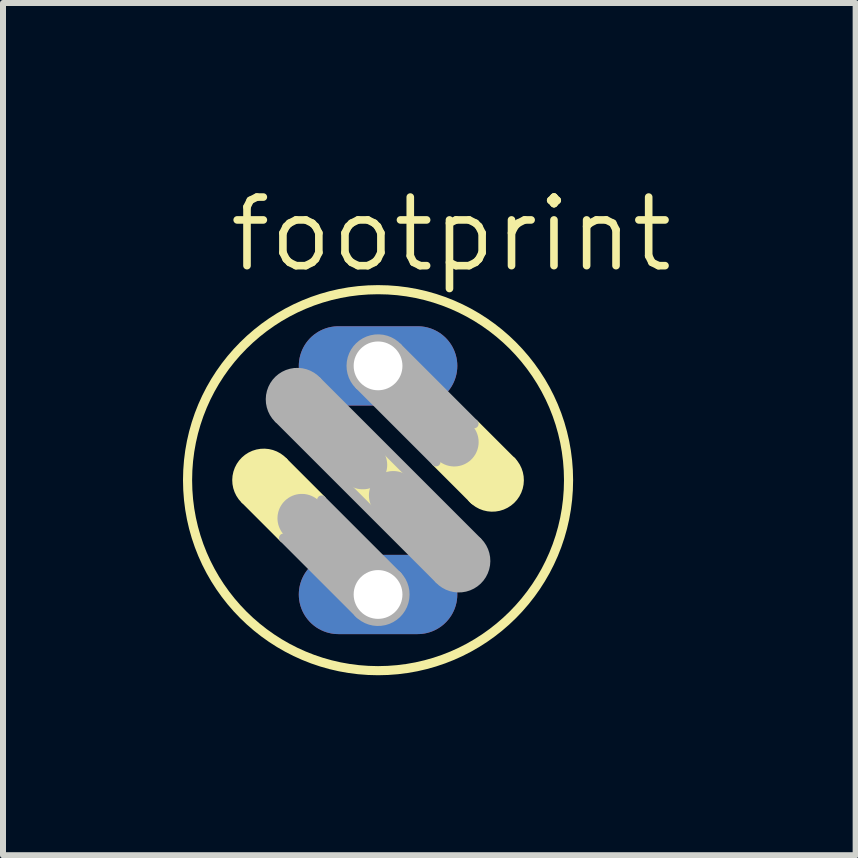
<source format=kicad_pcb>
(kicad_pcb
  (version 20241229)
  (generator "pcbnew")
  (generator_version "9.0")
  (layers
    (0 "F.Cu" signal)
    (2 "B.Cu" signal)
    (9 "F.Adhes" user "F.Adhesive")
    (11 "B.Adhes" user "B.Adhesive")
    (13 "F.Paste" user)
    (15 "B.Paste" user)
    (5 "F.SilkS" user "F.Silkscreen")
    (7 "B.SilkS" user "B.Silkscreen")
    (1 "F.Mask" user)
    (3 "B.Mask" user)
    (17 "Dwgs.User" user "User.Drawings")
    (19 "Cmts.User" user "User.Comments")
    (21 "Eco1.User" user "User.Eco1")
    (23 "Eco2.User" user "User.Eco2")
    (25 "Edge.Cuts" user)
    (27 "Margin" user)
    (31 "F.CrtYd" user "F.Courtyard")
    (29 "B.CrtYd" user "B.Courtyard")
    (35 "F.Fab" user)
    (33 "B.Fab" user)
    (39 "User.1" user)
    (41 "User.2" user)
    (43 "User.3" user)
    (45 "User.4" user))
  (footprint "footprint"
    (layer "F.Cu")
    (at 3.251 4.953)
    (property "Reference" "footprint" (at -2.54 -3.429 0) (layer "F.SilkS") (effects (font (size 1.143 1.143) (thickness 0.127)) (justify left bottom)))
    (fp_line (start -2.21 0.33) (end -1.575 0.965) (stroke (width 0.152) (type solid)) (layer "F.SilkS"))
    (fp_line (start -1.905 0) (end -1.27 0.635) (stroke (width 0.813) (type solid)) (layer "F.SilkS"))
    (fp_line (start -1.575 -0.305) (end -0.94 0.33) (stroke (width 0.152) (type solid)) (layer "F.SilkS"))
    (fp_line (start 0.254 0.254) (end -0.254 -0.254) (stroke (width 0.813) (type solid)) (layer "F.SilkS"))
    (fp_line (start 0.965 -0.305) (end 1.6 0.33) (stroke (width 0.152) (type solid)) (layer "F.SilkS"))
    (fp_line (start 1.6 -0.94) (end 2.235 -0.305) (stroke (width 0.152) (type solid)) (layer "F.SilkS"))
    (fp_line (start 1.905 0) (end 1.27 -0.635) (stroke (width 0.813) (type solid)) (layer "F.SilkS"))
    (fp_arc (start -2.2228 0.3178) (mid -2.216408 -0.324065) (end -1.5748 -0.3048) (stroke (width 0.1524) (type solid)) (layer "F.SilkS"))
    (fp_arc (start 2.2228 -0.3178) (mid 2.216408 0.324065) (end 1.5748 0.3048) (stroke (width 0.1524) (type solid)) (layer "F.SilkS"))
    (fp_circle (center 0 0) (end 3.175 0) (stroke (width 0.152) (type solid)) (fill no) (layer "F.SilkS"))
    (fp_line (start -1.651 -1.016) (end 1.016 1.651) (stroke (width 0.152) (type solid)) (layer "F.Fab"))
    (fp_line (start -1.575 0.965) (end -0.305 2.235) (stroke (width 0.152) (type solid)) (layer "F.Fab"))
    (fp_line (start -1.016 -1.651) (end 1.651 1.016) (stroke (width 0.152) (type solid)) (layer "F.Fab"))
    (fp_line (start -0.94 0.33) (end 0.33 1.6) (stroke (width 0.152) (type solid)) (layer "F.Fab"))
    (fp_line (start -0.305 -1.575) (end 0.965 -0.305) (stroke (width 0.152) (type solid)) (layer "F.Fab"))
    (fp_line (start -0.254 -0.254) (end -1.397 -1.397) (stroke (width 0.813) (type solid)) (layer "F.Fab"))
    (fp_line (start 0 -1.905) (end 1.27 -0.635) (stroke (width 0.813) (type solid)) (layer "F.Fab"))
    (fp_line (start 0 1.905) (end -1.27 0.635) (stroke (width 0.813) (type solid)) (layer "F.Fab"))
    (fp_line (start 0.33 -2.21) (end 1.6 -0.94) (stroke (width 0.152) (type solid)) (layer "F.Fab"))
    (fp_line (start 1.397 1.397) (end 0.254 0.254) (stroke (width 0.813) (type solid)) (layer "F.Fab"))
    (fp_arc (start -1.664 -1.0284) (mid -1.657607 -1.670264) (end -1.016 -1.650998) (stroke (width 0.1524) (type solid)) (layer "F.Fab"))
    (fp_arc (start -0.3178 -1.5872) (mid -0.311407 -2.229064) (end 0.3302 -2.209798) (stroke (width 0.1524) (type solid)) (layer "F.Fab"))
    (fp_arc (start 0.3178 1.587198) (mid 0.311409 2.229064) (end -0.3302 2.2098) (stroke (width 0.1524) (type solid)) (layer "F.Fab"))
    (fp_arc (start 1.664 1.028398) (mid 1.657609 1.670264) (end 1.016 1.651) (stroke (width 0.1524) (type solid)) (layer "F.Fab"))
    (pad "1" thru_hole oval (at 0 -1.905) (size 2.642 1.321) (drill 0.813) (layers "*.Cu" "*.Mask"))
    (pad "2" thru_hole oval (at 0 1.905) (size 2.642 1.321) (drill 0.813) (layers "*.Cu" "*.Mask")))
  (gr_rect
    (start -3 -3)
    (end 11.211 11.204)
    (stroke (width 0.1) (type default))
    (fill no)
    (layer "Edge.Cuts")))
</source>
